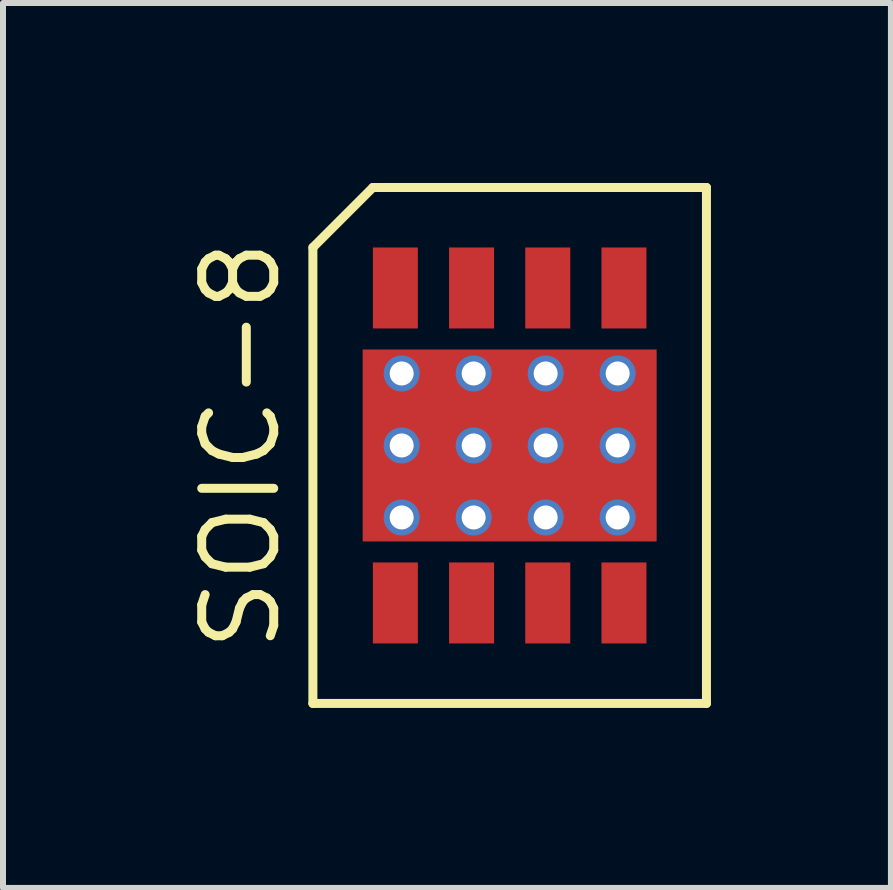
<source format=kicad_pcb>
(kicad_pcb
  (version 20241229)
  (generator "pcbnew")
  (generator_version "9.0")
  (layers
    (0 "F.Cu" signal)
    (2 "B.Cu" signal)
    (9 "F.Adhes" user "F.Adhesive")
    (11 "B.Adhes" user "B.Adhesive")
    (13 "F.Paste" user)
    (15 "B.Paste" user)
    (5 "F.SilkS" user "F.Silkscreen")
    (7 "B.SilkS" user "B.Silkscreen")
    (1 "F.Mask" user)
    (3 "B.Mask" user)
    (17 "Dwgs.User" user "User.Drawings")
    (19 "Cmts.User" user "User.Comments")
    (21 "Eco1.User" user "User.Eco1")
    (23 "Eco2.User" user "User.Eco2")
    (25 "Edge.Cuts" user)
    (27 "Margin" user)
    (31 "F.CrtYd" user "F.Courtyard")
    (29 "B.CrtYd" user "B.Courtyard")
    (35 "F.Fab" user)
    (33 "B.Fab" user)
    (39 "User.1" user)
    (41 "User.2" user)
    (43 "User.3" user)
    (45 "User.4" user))
  (footprint "SOIC-8"
    (layer "F.Cu")
    (at 5.445 4.375)
    (property "Reference" "SOIC-8" (at -4.48 0 90) (layer "F.SilkS") (effects (font (size 1.2 1.2) (thickness 0.15))))
    (attr through_hole)
    (fp_line (start -3.28 -3.3) (end -3.28 4.3) (stroke (width 0.15) (type solid)) (layer "F.SilkS"))
    (fp_line (start -3.28 4.3) (end 3.28 4.3) (stroke (width 0.15) (type solid)) (layer "F.SilkS"))
    (fp_line (start -2.28 -4.3) (end -3.28 -3.3) (stroke (width 0.15) (type solid)) (layer "F.SilkS"))
    (fp_line (start 3.28 -4.3) (end -2.28 -4.3) (stroke (width 0.15) (type solid)) (layer "F.SilkS"))
    (fp_line (start 3.28 4.3) (end 3.28 -4.3) (stroke (width 0.15) (type solid)) (layer "F.SilkS"))
    (pad "1" smd rect (at -1.905 2.625) (size 0.75 1.35) (layers "F.Cu" "F.Mask" "F.Paste"))
    (pad "2" smd rect (at -0.635 2.625) (size 0.75 1.35) (layers "F.Cu" "F.Mask" "F.Paste"))
    (pad "3" smd rect (at 0.635 2.625) (size 0.75 1.35) (layers "F.Cu" "F.Mask" "F.Paste"))
    (pad "4" smd rect (at 1.905 2.625) (size 0.75 1.35) (layers "F.Cu" "F.Mask" "F.Paste"))
    (pad "5" smd rect (at 1.905 -2.625) (size 0.75 1.35) (layers "F.Cu" "F.Mask" "F.Paste"))
    (pad "6" smd rect (at 0.635 -2.625) (size 0.75 1.35) (layers "F.Cu" "F.Mask" "F.Paste"))
    (pad "7" smd rect (at -0.635 -2.625) (size 0.75 1.35) (layers "F.Cu" "F.Mask" "F.Paste"))
    (pad "8" smd rect (at -1.905 -2.625) (size 0.75 1.35) (layers "F.Cu" "F.Mask" "F.Paste"))
    (pad "9" thru_hole circle (at -1.8 -1.2) (size 0.6 0.6) (drill 0.4) (layers "*.Cu" "*.Mask"))
    (pad "9" thru_hole circle (at -1.8 0) (size 0.6 0.6) (drill 0.4) (layers "*.Cu" "*.Mask"))
    (pad "9" thru_hole circle (at -1.8 1.2) (size 0.6 0.6) (drill 0.4) (layers "*.Cu" "*.Mask"))
    (pad "9" thru_hole circle (at -0.6 -1.2) (size 0.6 0.6) (drill 0.4) (layers "*.Cu" "*.Mask"))
    (pad "9" thru_hole circle (at -0.6 0) (size 0.6 0.6) (drill 0.4) (layers "*.Cu" "*.Mask"))
    (pad "9" thru_hole circle (at -0.6 1.2) (size 0.6 0.6) (drill 0.4) (layers "*.Cu" "*.Mask"))
    (pad "9" smd rect (at 0 0) (size 4.9 3.2) (layers "F.Cu" "F.Mask" "F.Paste"))
    (pad "9" thru_hole circle (at 0.6 -1.2) (size 0.6 0.6) (drill 0.4) (layers "*.Cu" "*.Mask"))
    (pad "9" thru_hole circle (at 0.6 0) (size 0.6 0.6) (drill 0.4) (layers "*.Cu" "*.Mask"))
    (pad "9" thru_hole circle (at 0.6 1.2) (size 0.6 0.6) (drill 0.4) (layers "*.Cu" "*.Mask"))
    (pad "9" thru_hole circle (at 1.8 -1.2) (size 0.6 0.6) (drill 0.4) (layers "*.Cu" "*.Mask"))
    (pad "9" thru_hole circle (at 1.8 0) (size 0.6 0.6) (drill 0.4) (layers "*.Cu" "*.Mask"))
    (pad "9" thru_hole circle (at 1.8 1.2) (size 0.6 0.6) (drill 0.4) (layers "*.Cu" "*.Mask")))
  (gr_rect
    (start -3 -3)
    (end 11.8 11.75)
    (stroke (width 0.1) (type default))
    (fill no)
    (layer "Edge.Cuts")))
</source>
